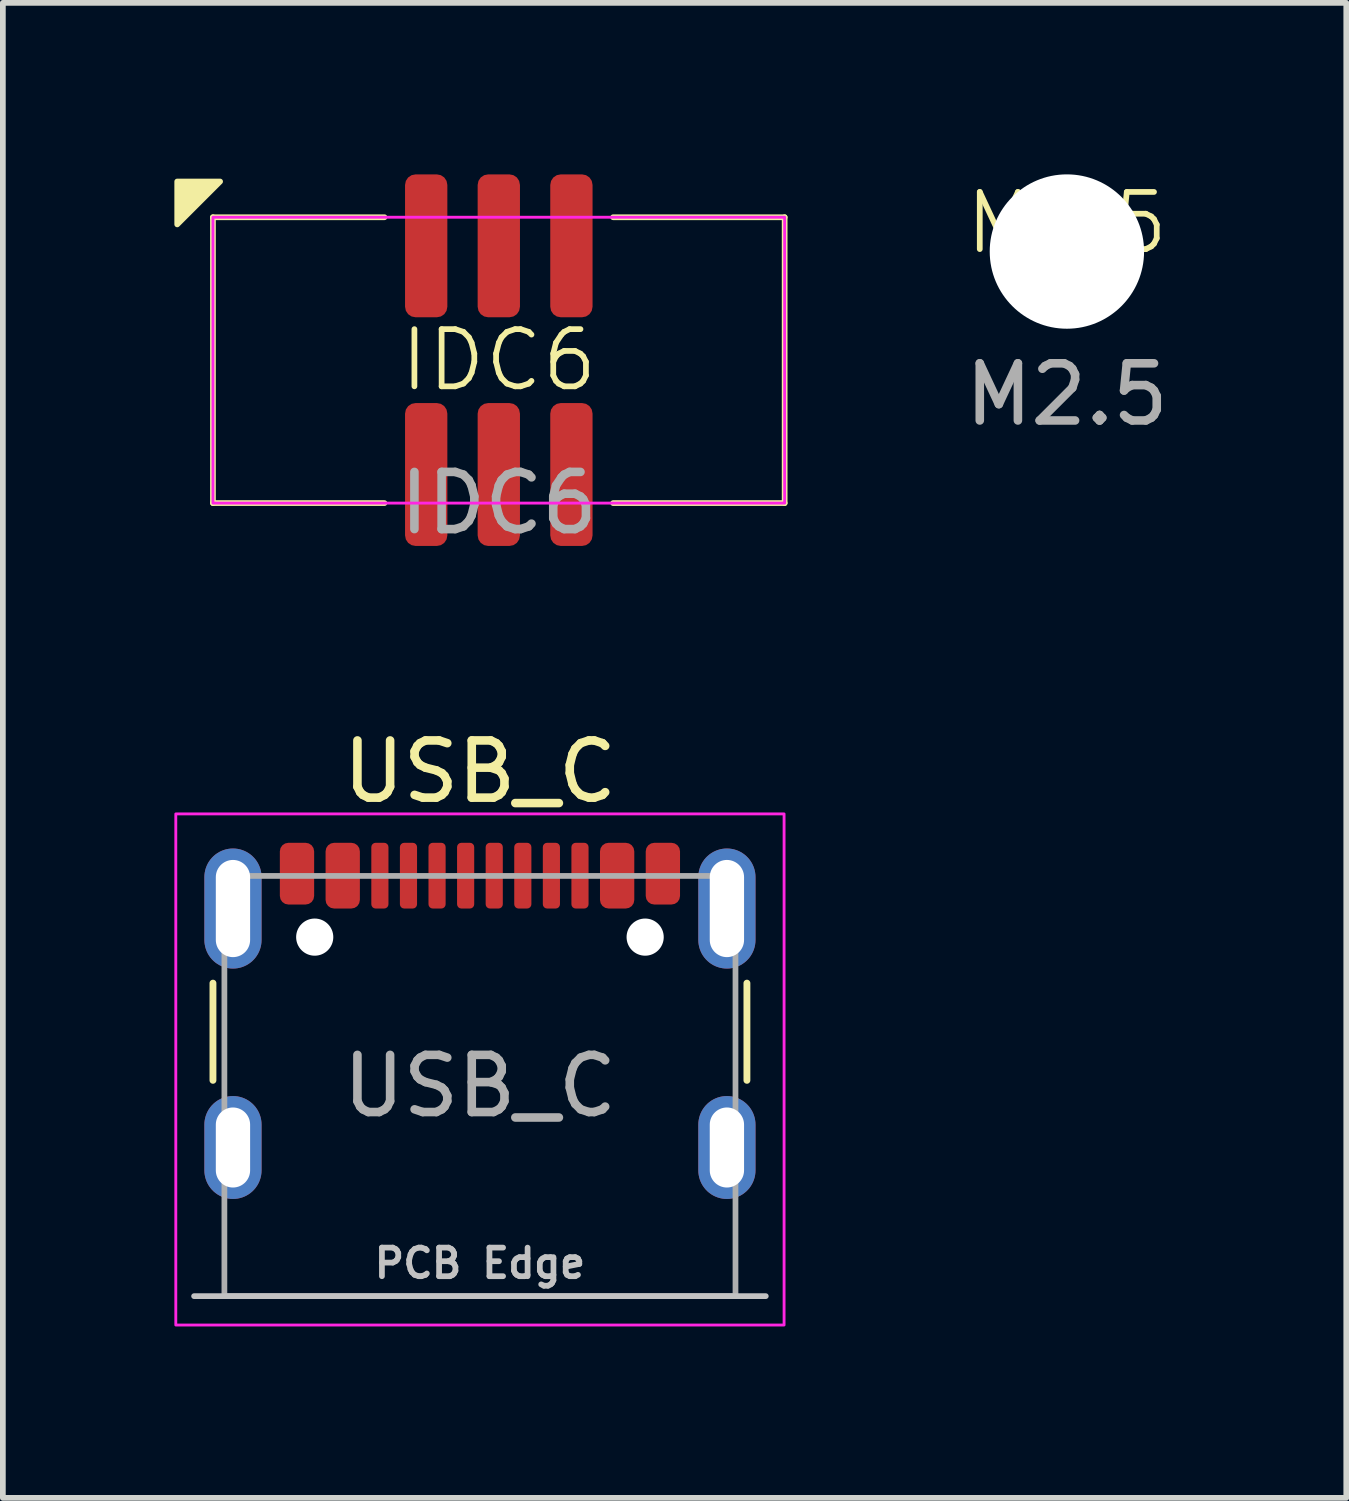
<source format=kicad_pcb>
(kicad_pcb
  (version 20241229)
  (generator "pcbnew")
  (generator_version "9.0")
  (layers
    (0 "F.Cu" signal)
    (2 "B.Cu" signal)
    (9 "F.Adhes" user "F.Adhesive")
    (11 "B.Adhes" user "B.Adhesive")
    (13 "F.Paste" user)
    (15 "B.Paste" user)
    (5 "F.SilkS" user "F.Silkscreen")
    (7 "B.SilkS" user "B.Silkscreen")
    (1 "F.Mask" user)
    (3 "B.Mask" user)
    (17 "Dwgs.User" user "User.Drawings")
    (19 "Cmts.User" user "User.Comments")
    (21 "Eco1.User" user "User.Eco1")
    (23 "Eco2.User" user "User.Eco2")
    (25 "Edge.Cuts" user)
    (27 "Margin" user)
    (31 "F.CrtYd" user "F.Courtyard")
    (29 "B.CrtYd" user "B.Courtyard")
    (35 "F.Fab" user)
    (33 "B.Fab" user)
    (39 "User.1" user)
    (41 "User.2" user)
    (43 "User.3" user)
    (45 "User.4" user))
  (footprint "IDC6"
    (layer "F.Cu")
    (at 5.675 3.25)
    (property "Reference" "IDC6" (at 0 0 0) (unlocked yes) (layer "F.SilkS") (effects (font (size 1 1) (thickness 0.1))))
    (attr smd)
    (fp_line (start -5 -2.5) (end -5 2.5) (stroke (width 0.1) (type default)) (layer "F.SilkS"))
    (fp_line (start -5 -2.5) (end -2 -2.5) (stroke (width 0.1) (type default)) (layer "F.SilkS"))
    (fp_line (start -5 2.5) (end -2 2.5) (stroke (width 0.1) (type default)) (layer "F.SilkS"))
    (fp_line (start 5 -2.5) (end 2 -2.5) (stroke (width 0.1) (type default)) (layer "F.SilkS"))
    (fp_line (start 5 -2.5) (end 5 2.5) (stroke (width 0.1) (type default)) (layer "F.SilkS"))
    (fp_line (start 5 2.5) (end 2 2.5) (stroke (width 0.1) (type default)) (layer "F.SilkS"))
    (fp_poly (pts (xy -4.875 -3.125) (xy -5.625 -2.375) (xy -5.625 -3.125)) (stroke (width 0.1) (type solid)) (fill yes) (layer "F.SilkS"))
    (fp_rect (start -5 -2.5) (end 5 2.5) (stroke (width 0.05) (type default)) (fill no) (layer "F.CrtYd"))
    (fp_text user "${REFERENCE}" (at 0 2.5 0) (unlocked yes) (layer "F.Fab") (effects (font (size 1 1) (thickness 0.15))))
    (pad "1" smd roundrect (at -1.27 -2) (size 0.74 2.5) (layers "F.Cu" "F.Mask" "F.Paste") (roundrect_rratio 0.25))
    (pad "2" smd roundrect (at -1.27 2) (size 0.74 2.5) (layers "F.Cu" "F.Mask" "F.Paste") (roundrect_rratio 0.25))
    (pad "3" smd roundrect (at 0 -2) (size 0.74 2.5) (layers "F.Cu" "F.Mask" "F.Paste") (roundrect_rratio 0.25))
    (pad "4" smd roundrect (at 0 2) (size 0.74 2.5) (layers "F.Cu" "F.Mask" "F.Paste") (roundrect_rratio 0.25))
    (pad "5" smd roundrect (at 1.27 -2) (size 0.74 2.5) (layers "F.Cu" "F.Mask" "F.Paste") (roundrect_rratio 0.25))
    (pad "6" smd roundrect (at 1.27 2) (size 0.74 2.5) (layers "F.Cu" "F.Mask" "F.Paste") (roundrect_rratio 0.25)))
  (footprint "M2.5"
    (layer "F.Cu")
    (at 15.612 1.35)
    (property "Reference" "M2.5" (at 0 -0.5 0) (unlocked yes) (layer "F.SilkS") (effects (font (size 1 1) (thickness 0.1))))
    (attr smd)
    (fp_text user "${REFERENCE}" (at 0 2.5 0) (unlocked yes) (layer "F.Fab") (effects (font (size 1 1) (thickness 0.15))))
    (pad "" np_thru_hole circle (at 0 0) (size 2.7 2.7) (drill 2.7) (layers "*.Cu" "*.Mask")))
  (footprint "USB_C"
    (layer "F.Cu")
    (at 5.345 15.947)
    (property "Reference" "USB_C" (at 0 -5.5 0) (unlocked yes) (layer "F.SilkS") (effects (font (size 1 1) (thickness 0.15))))
    (attr smd)
    (fp_line (start -4.67 -0.1) (end -4.67 -1.8) (stroke (width 0.12) (type solid)) (layer "F.SilkS"))
    (fp_line (start 4.67 -0.1) (end 4.67 -1.8) (stroke (width 0.12) (type solid)) (layer "F.SilkS"))
    (fp_line (start 5 3.675) (end -5 3.675) (stroke (width 0.1) (type solid)) (layer "Dwgs.User"))
    (fp_rect (start -5.32 -4.76) (end 5.32 4.18) (stroke (width 0.05) (type solid)) (fill no) (layer "F.CrtYd"))
    (fp_rect (start -4.47 -3.675) (end 4.47 3.675) (stroke (width 0.1) (type solid)) (fill no) (layer "F.Fab"))
    (fp_text user "PCB Edge" (at 0 3.1 0) (unlocked yes) (layer "Dwgs.User") (effects (font (size 0.5 0.5) (thickness 0.1))))
    (fp_text user "${REFERENCE}" (at 0 0 0) (unlocked yes) (layer "F.Fab") (effects (font (size 1 1) (thickness 0.15))))
    (pad "" np_thru_hole circle (at -2.89 -2.605) (size 0.65 0.65) (drill 0.65) (layers "*.Cu" "*.Mask"))
    (pad "" np_thru_hole circle (at 2.89 -2.605) (size 0.65 0.65) (drill 0.65) (layers "*.Cu" "*.Mask"))
    (pad "A1" smd roundrect (at -3.2 -3.715) (size 0.6 1.08) (layers "F.Cu" "F.Mask" "F.Paste") (roundrect_rratio 0.25))
    (pad "A4" smd roundrect (at -2.4 -3.68) (size 0.6 1.15) (layers "F.Cu" "F.Mask" "F.Paste") (roundrect_rratio 0.25))
    (pad "A5" smd roundrect (at -1.25 -3.68) (size 0.3 1.15) (layers "F.Cu" "F.Mask" "F.Paste") (roundrect_rratio 0.25))
    (pad "A6" smd roundrect (at -0.25 -3.68) (size 0.3 1.15) (layers "F.Cu" "F.Mask" "F.Paste") (roundrect_rratio 0.25))
    (pad "A7" smd roundrect (at 0.25 -3.68) (size 0.3 1.15) (layers "F.Cu" "F.Mask" "F.Paste") (roundrect_rratio 0.25))
    (pad "A8" smd roundrect (at 1.25 -3.68) (size 0.3 1.15) (layers "F.Cu" "F.Mask" "F.Paste") (roundrect_rratio 0.25))
    (pad "B1" smd roundrect (at 3.2 -3.715) (size 0.6 1.08) (layers "F.Cu" "F.Mask" "F.Paste") (roundrect_rratio 0.25))
    (pad "B4" smd roundrect (at 2.4 -3.68) (size 0.6 1.15) (layers "F.Cu" "F.Mask" "F.Paste") (roundrect_rratio 0.25))
    (pad "B5" smd roundrect (at 1.75 -3.68) (size 0.3 1.15) (layers "F.Cu" "F.Mask" "F.Paste") (roundrect_rratio 0.25))
    (pad "B6" smd roundrect (at 0.75 -3.68) (size 0.3 1.15) (layers "F.Cu" "F.Mask" "F.Paste") (roundrect_rratio 0.25))
    (pad "B7" smd roundrect (at -0.75 -3.68) (size 0.3 1.15) (layers "F.Cu" "F.Mask" "F.Paste") (roundrect_rratio 0.25))
    (pad "B8" smd roundrect (at -1.75 -3.68) (size 0.3 1.15) (layers "F.Cu" "F.Mask" "F.Paste") (roundrect_rratio 0.25))
    (pad "SH" thru_hole oval (at -4.32 -3.105) (size 1 2.1) (drill oval 0.6 1.7) (property pad_prop_heatsink) (layers "*.Cu" "*.Mask" "F.Paste"))
    (pad "SH" thru_hole oval (at -4.32 1.075) (size 1 1.8) (drill oval 0.6 1.4) (property pad_prop_heatsink) (layers "*.Cu" "*.Mask" "F.Paste"))
    (pad "SH" thru_hole oval (at 4.32 -3.105) (size 1 2.1) (drill oval 0.6 1.7) (property pad_prop_heatsink) (layers "*.Cu" "*.Mask" "F.Paste"))
    (pad "SH" thru_hole oval (at 4.32 1.075) (size 1 1.8) (drill oval 0.6 1.4) (property pad_prop_heatsink) (layers "*.Cu" "*.Mask" "F.Paste")))
  (gr_rect
    (start -3 -3)
    (end 20.499 23.151)
    (stroke (width 0.1) (type default))
    (fill no)
    (layer "Edge.Cuts")))
</source>
